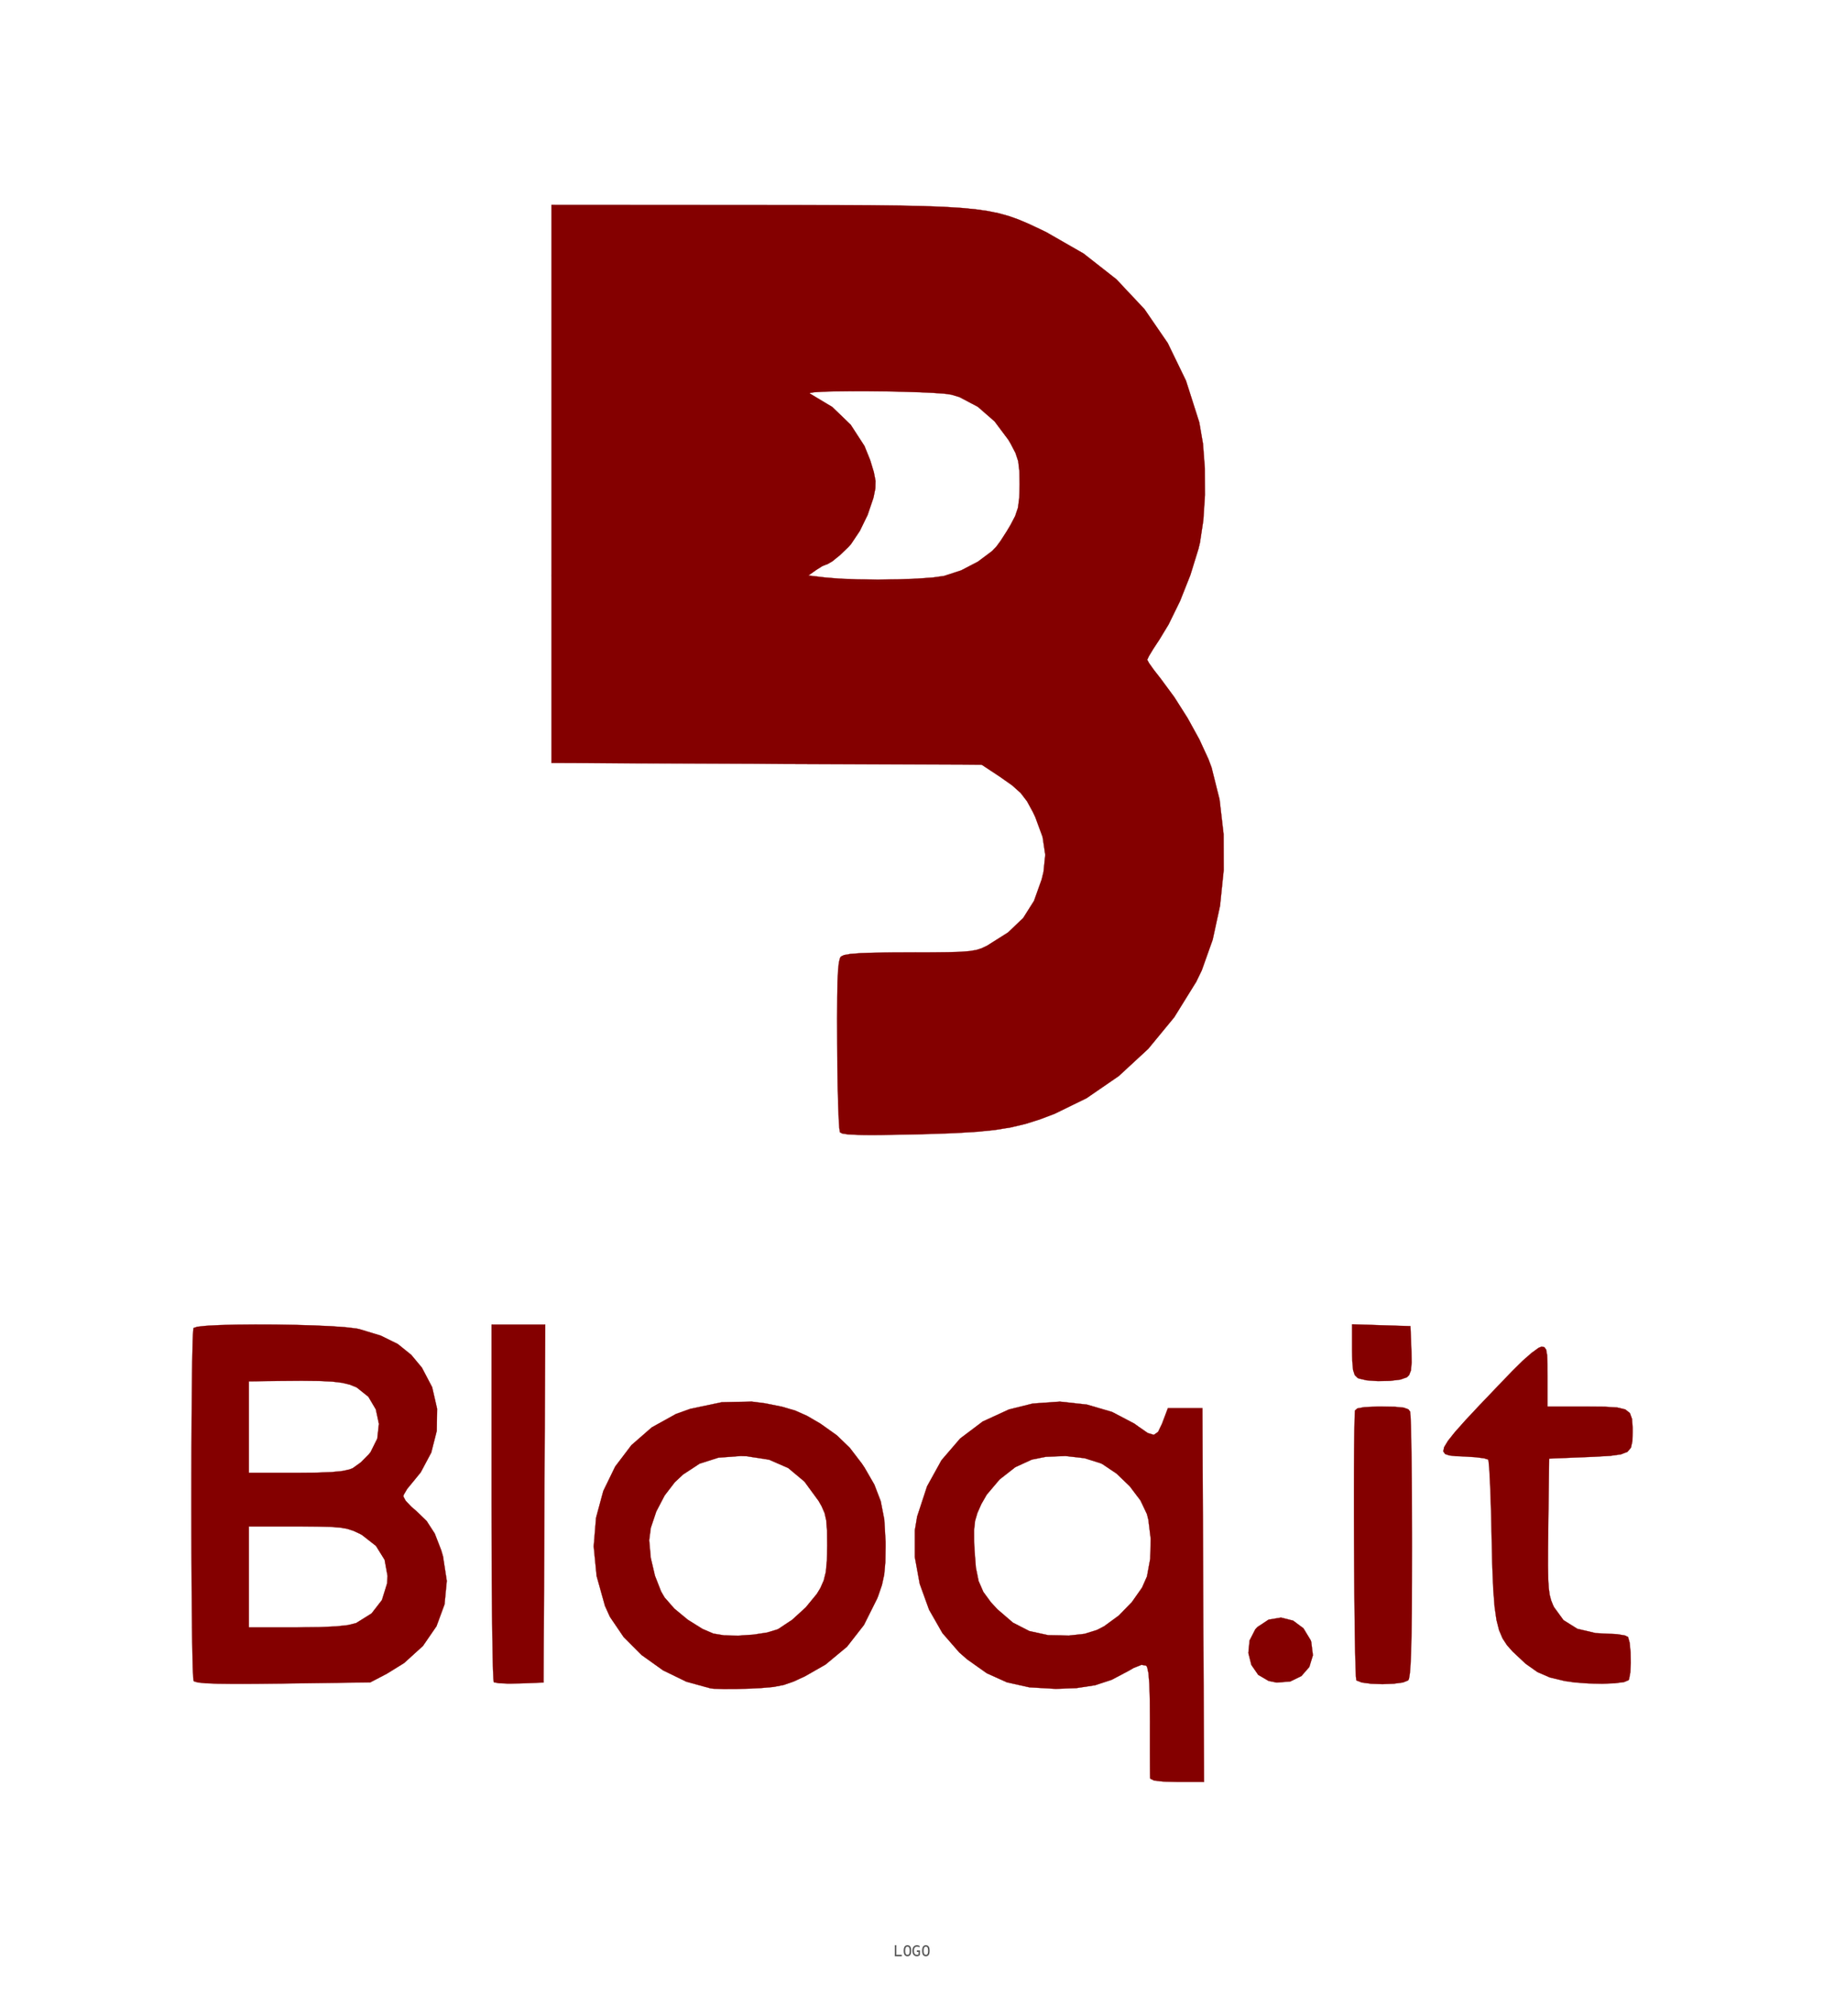
<source format=kicad_sym>
(kicad_symbol_lib
  (version 20220914)
  (generator "bitmap2component")
  (generator_version "8.0")
  (symbol "LOGO"
    (pin_names
      (offset 1.016))
    (property "Reference" "#G"
      (at 0 71.02 0)
      (effects (font (size 1.27 1.27)) hide))
    (symbol "LOGO_0_0"
      (polyline (pts (xy 26.939 -49.931) (xy 26.871 -34.09) (xy 25.408 -34.09) (xy 23.945 -34.09) (xy 23.49 -35.293) (xy 23.443 -35.416) (xy 23.114 -36.1) (xy 22.751 -36.354) (xy 22.237 -36.199) (xy 21.452 -35.656) (xy 21.083 -35.391) (xy 19.21 -34.411) (xy 17.067 -33.784) (xy 14.783 -33.536) (xy 12.489 -33.697) (xy 10.463 -34.2) (xy 8.239 -35.221) (xy 6.323 -36.664) (xy 4.741 -38.503) (xy 3.517 -40.716) (xy 2.676 -43.277) (xy 2.488 -44.405) (xy 7.506 -44.405) (xy 7.588 -43.654) (xy 7.782 -42.986) (xy 8.118 -42.224) (xy 8.58 -41.421) (xy 9.673 -40.131) (xy 10.999 -39.095) (xy 12.402 -38.45) (xy 13.584 -38.215) (xy 15.254 -38.146) (xy 16.883 -38.334) (xy 18.251 -38.764) (xy 18.399 -38.838) (xy 19.588 -39.636) (xy 20.708 -40.712) (xy 21.616 -41.91) (xy 22.168 -43.072) (xy 22.289 -43.55) (xy 22.485 -45.155) (xy 22.446 -46.853) (xy 22.171 -48.356) (xy 21.751 -49.305) (xy 20.889 -50.531) (xy 19.773 -51.674) (xy 18.536 -52.579) (xy 17.925 -52.895) (xy 16.875 -53.222) (xy 15.554 -53.365) (xy 13.789 -53.334) (xy 12.19 -52.987) (xy 10.796 -52.27) (xy 9.477 -51.134) (xy 8.928 -50.539) (xy 8.289 -49.665) (xy 7.886 -48.741) (xy 7.657 -47.607) (xy 7.54 -46.101) (xy 7.512 -45.418) (xy 7.506 -44.405) (xy 2.488 -44.405) (xy 2.478 -44.467) (xy 2.478 -46.703) (xy 2.894 -48.981) (xy 3.687 -51.174) (xy 4.819 -53.156) (xy 6.249 -54.8) (xy 6.928 -55.392) (xy 8.583 -56.563) (xy 10.292 -57.333) (xy 12.197 -57.756) (xy 14.438 -57.885) (xy 16.177 -57.822) (xy 17.777 -57.578) (xy 19.188 -57.111) (xy 20.58 -56.377) (xy 21.034 -56.116) (xy 21.708 -55.848) (xy 22.103 -55.918) (xy 22.185 -56.047) (xy 22.296 -56.555) (xy 22.371 -57.46) (xy 22.411 -58.809) (xy 22.421 -60.647) (xy 22.42 -61.722) (xy 22.42 -63.115) (xy 22.423 -64.263) (xy 22.428 -65.07) (xy 22.436 -65.438) (xy 22.458 -65.503) (xy 22.778 -65.658) (xy 23.518 -65.745) (xy 24.734 -65.773) (xy 27.009 -65.773) (xy 26.939 -49.931)) (stroke (width 0.01) (type default)) (fill (type outline)))
      (polyline (pts (xy -12.615 -57.896) (xy -11.382 -57.859) (xy -10.608 -57.82) (xy -9.5 -57.722) (xy -8.63 -57.552) (xy -7.806 -57.266) (xy -6.837 -56.82) (xy -5.095 -55.825) (xy -3.275 -54.316) (xy -1.834 -52.469) (xy -0.71 -50.22) (xy -0.633 -50.024) (xy -0.309 -49.083) (xy -0.117 -48.193) (xy -0.024 -47.16) (xy 0 -45.789) (xy -0.002 -45.413) (xy -0.11 -43.538) (xy -0.412 -41.98) (xy -0.955 -40.568) (xy -1.783 -39.134) (xy -2.016 -38.786) (xy -3.038 -37.451) (xy -4.13 -36.397) (xy -5.481 -35.435) (xy -5.563 -35.383) (xy -6.658 -34.744) (xy -7.662 -34.298) (xy -8.783 -33.968) (xy -10.229 -33.678) (xy -11.35 -33.535) (xy -13.899 -33.588) (xy -16.577 -34.151) (xy -17.789 -34.587) (xy -19.835 -35.722) (xy -21.559 -37.225) (xy -22.937 -39.041) (xy -23.945 -41.112) (xy -24.56 -43.385) (xy -24.715 -45.284) (xy -20.053 -45.284) (xy -19.916 -44.239) (xy -19.451 -42.849) (xy -18.741 -41.491) (xy -17.877 -40.367) (xy -17.18 -39.714) (xy -15.774 -38.794) (xy -14.19 -38.289) (xy -12.299 -38.147) (xy -11.822 -38.161) (xy -9.886 -38.458) (xy -8.261 -39.164) (xy -6.883 -40.316) (xy -5.684 -41.953) (xy -5.434 -42.39) (xy -5.176 -42.977) (xy -5.031 -43.622) (xy -4.968 -44.483) (xy -4.955 -45.72) (xy -4.981 -47.031) (xy -5.07 -47.976) (xy -5.247 -48.696) (xy -5.536 -49.348) (xy -5.835 -49.839) (xy -6.771 -50.977) (xy -7.925 -52.031) (xy -9.106 -52.813) (xy -9.167 -52.843) (xy -10.034 -53.107) (xy -11.212 -53.289) (xy -12.501 -53.374) (xy -13.699 -53.349) (xy -14.608 -53.2) (xy -15.527 -52.807) (xy -16.768 -52.033) (xy -17.912 -51.091) (xy -18.75 -50.135) (xy -19.044 -49.625) (xy -19.564 -48.297) (xy -19.92 -46.775) (xy -20.053 -45.284) (xy -24.715 -45.284) (xy -24.758 -45.803) (xy -24.513 -48.311) (xy -23.803 -50.854) (xy -23.382 -51.782) (xy -22.224 -53.486) (xy -20.689 -55.023) (xy -18.878 -56.316) (xy -16.894 -57.282) (xy -14.839 -57.845) (xy -14.564 -57.873) (xy -13.73 -57.901) (xy -12.615 -57.896)) (stroke (width 0.01) (type default)) (fill (type outline)))
      (polyline (pts (xy -53.427 -57.461) (xy -51.103 -57.436) (xy -43.715 -57.338) (xy -42.299 -56.599) (xy -40.84 -55.697) (xy -39.243 -54.248) (xy -38.093 -52.575) (xy -37.411 -50.723) (xy -37.22 -48.735) (xy -37.54 -46.656) (xy -37.698 -46.117) (xy -38.242 -44.719) (xy -38.93 -43.654) (xy -39.852 -42.768) (xy -40.214 -42.459) (xy -40.712 -41.934) (xy -40.907 -41.57) (xy -40.875 -41.437) (xy -40.58 -40.934) (xy -40.076 -40.322) (xy -39.43 -39.531) (xy -38.536 -37.853) (xy -38.071 -36.02) (xy -38.042 -34.14) (xy -38.459 -32.317) (xy -39.329 -30.659) (xy -40.238 -29.568) (xy -41.39 -28.644) (xy -42.819 -27.942) (xy -44.651 -27.385) (xy -44.904 -27.335) (xy -45.782 -27.231) (xy -46.996 -27.145) (xy -48.46 -27.079) (xy -50.086 -27.032) (xy -51.787 -27.004) (xy -53.477 -26.998) (xy -55.067 -27.012) (xy -56.472 -27.048) (xy -57.604 -27.107) (xy -58.376 -27.188) (xy -58.7 -27.293) (xy -58.738 -27.589) (xy -58.772 -28.366) (xy -58.802 -29.561) (xy -58.827 -31.115) (xy -58.847 -32.969) (xy -58.863 -35.063) (xy -58.874 -37.337) (xy -58.88 -39.571) (xy -54.008 -39.571) (xy -54.008 -35.694) (xy -54.008 -31.817) (xy -51.268 -31.782) (xy -49.533 -31.769) (xy -48.05 -31.785) (xy -46.935 -31.839) (xy -46.101 -31.939) (xy -45.46 -32.092) (xy -44.925 -32.305) (xy -44.848 -32.344) (xy -43.873 -33.121) (xy -43.239 -34.192) (xy -42.977 -35.421) (xy -43.116 -36.675) (xy -43.686 -37.819) (xy -43.841 -38.01) (xy -44.523 -38.694) (xy -45.186 -39.17) (xy -45.454 -39.28) (xy -46.068 -39.417) (xy -46.975 -39.507) (xy -48.253 -39.556) (xy -49.985 -39.571) (xy -54.008 -39.571) (xy -58.88 -39.571) (xy -58.881 -39.732) (xy -58.883 -42.187) (xy -58.88 -44.645) (xy -58.872 -47.044) (xy -58.86 -49.325) (xy -58.844 -51.43) (xy -58.83 -52.672) (xy -54.008 -52.672) (xy -54.008 -48.394) (xy -54.008 -44.116) (xy -49.921 -44.116) (xy -49.904 -44.116) (xy -48.307 -44.123) (xy -47.139 -44.151) (xy -46.293 -44.212) (xy -45.665 -44.319) (xy -45.15 -44.484) (xy -44.642 -44.717) (xy -44.411 -44.841) (xy -43.227 -45.768) (xy -42.495 -46.941) (xy -42.244 -48.317) (xy -42.285 -48.953) (xy -42.72 -50.358) (xy -43.599 -51.491) (xy -44.884 -52.294) (xy -44.941 -52.317) (xy -45.596 -52.479) (xy -46.6 -52.589) (xy -48.013 -52.652) (xy -49.897 -52.672) (xy -54.008 -52.672) (xy -58.83 -52.672) (xy -58.823 -53.297) (xy -58.797 -54.868) (xy -58.767 -56.084) (xy -58.732 -56.883) (xy -58.693 -57.208) (xy -58.625 -57.263) (xy -58.289 -57.35) (xy -57.647 -57.412) (xy -56.653 -57.45) (xy -55.262 -57.466) (xy -53.427 -57.461)) (stroke (width 0.01) (type default)) (fill (type outline)))
      (polyline (pts (xy -31.027 -57.428) (xy -29.009 -57.35) (xy -28.94 -42.177) (xy -28.871 -27.004) (xy -31.146 -27.004) (xy -33.421 -27.004) (xy -33.421 -42.066) (xy -33.419 -44.057) (xy -33.412 -46.737) (xy -33.398 -49.222) (xy -33.38 -51.464) (xy -33.357 -53.413) (xy -33.33 -55.021) (xy -33.3 -56.24) (xy -33.267 -57.021) (xy -33.233 -57.316) (xy -33.21 -57.332) (xy -32.797 -57.407) (xy -32.02 -57.441) (xy -31.027 -57.428)) (stroke (width 0.01) (type default)) (fill (type outline)))
      (polyline (pts (xy 34.32 -57.262) (xy 35.271 -56.797) (xy 35.94 -56.03) (xy 36.244 -55.037) (xy 36.101 -53.895) (xy 36.055 -53.764) (xy 35.44 -52.75) (xy 34.561 -52.1) (xy 33.537 -51.845) (xy 32.487 -52.018) (xy 31.529 -52.651) (xy 31.357 -52.842) (xy 30.871 -53.789) (xy 30.77 -54.842) (xy 31.025 -55.858) (xy 31.605 -56.696) (xy 32.481 -57.211) (xy 33.17 -57.351) (xy 34.32 -57.262)) (stroke (width 0.01) (type default)) (fill (type outline)))
      (polyline (pts (xy 43.103 -57.45) (xy 43.887 -57.343) (xy 44.33 -57.163) (xy 44.394 -57.022) (xy 44.468 -56.574) (xy 44.528 -55.8) (xy 44.575 -54.665) (xy 44.609 -53.134) (xy 44.633 -51.174) (xy 44.646 -48.748) (xy 44.651 -45.822) (xy 44.65 -44.785) (xy 44.643 -42.456) (xy 44.629 -40.311) (xy 44.609 -38.407) (xy 44.585 -36.803) (xy 44.556 -35.558) (xy 44.523 -34.73) (xy 44.488 -34.379) (xy 44.34 -34.189) (xy 43.95 -34.047) (xy 43.232 -33.976) (xy 42.082 -33.956) (xy 41.689 -33.958) (xy 40.621 -34.002) (xy 40.014 -34.11) (xy 39.812 -34.29) (xy 39.811 -34.306) (xy 39.782 -34.993) (xy 39.759 -36.093) (xy 39.742 -37.539) (xy 39.732 -39.261) (xy 39.728 -41.193) (xy 39.729 -43.266) (xy 39.735 -45.414) (xy 39.746 -47.569) (xy 39.761 -49.662) (xy 39.781 -51.627) (xy 39.804 -53.395) (xy 39.831 -54.899) (xy 39.861 -56.071) (xy 39.894 -56.844) (xy 39.928 -57.15) (xy 39.953 -57.178) (xy 40.403 -57.35) (xy 41.191 -57.454) (xy 42.148 -57.487) (xy 43.103 -57.45)) (stroke (width 0.01) (type default)) (fill (type outline)))
      (polyline (pts (xy 61.849 -57.412) (xy 62.631 -57.31) (xy 63.017 -57.15) (xy 63.059 -57.069) (xy 63.163 -56.514) (xy 63.205 -55.681) (xy 63.186 -54.768) (xy 63.109 -53.972) (xy 62.975 -53.49) (xy 62.717 -53.361) (xy 62.054 -53.249) (xy 61.162 -53.206) (xy 60.227 -53.16) (xy 58.674 -52.795) (xy 57.5 -52.062) (xy 56.693 -50.956) (xy 56.615 -50.792) (xy 56.45 -50.38) (xy 56.329 -49.922) (xy 56.249 -49.336) (xy 56.202 -48.541) (xy 56.184 -47.456) (xy 56.188 -45.998) (xy 56.209 -44.087) (xy 56.281 -38.367) (xy 59.567 -38.234) (xy 60.151 -38.209) (xy 61.471 -38.132) (xy 62.368 -38.009) (xy 62.924 -37.793) (xy 63.22 -37.441) (xy 63.339 -36.906) (xy 63.362 -36.144) (xy 63.361 -35.744) (xy 63.312 -35.008) (xy 63.131 -34.508) (xy 62.738 -34.198) (xy 62.052 -34.033) (xy 60.993 -33.968) (xy 59.48 -33.956) (xy 56.147 -33.956) (xy 56.147 -31.416) (xy 56.141 -30.395) (xy 56.108 -29.582) (xy 56.026 -29.124) (xy 55.878 -28.922) (xy 55.642 -28.876) (xy 55.388 -28.977) (xy 54.8 -29.402) (xy 54.02 -30.086) (xy 53.147 -30.948) (xy 51.927 -32.218) (xy 50.387 -33.829) (xy 49.183 -35.115) (xy 48.293 -36.114) (xy 47.697 -36.863) (xy 47.373 -37.399) (xy 47.302 -37.759) (xy 47.463 -37.981) (xy 47.834 -38.102) (xy 48.396 -38.16) (xy 49.127 -38.19) (xy 50.051 -38.249) (xy 50.769 -38.341) (xy 51.109 -38.446) (xy 51.145 -38.6) (xy 51.202 -39.227) (xy 51.26 -40.262) (xy 51.315 -41.628) (xy 51.365 -43.25) (xy 51.404 -45.052) (xy 51.41 -45.354) (xy 51.465 -47.643) (xy 51.543 -49.474) (xy 51.655 -50.917) (xy 51.815 -52.041) (xy 52.036 -52.914) (xy 52.329 -53.606) (xy 52.709 -54.186) (xy 53.187 -54.723) (xy 54.292 -55.759) (xy 55.289 -56.462) (xy 56.339 -56.917) (xy 57.618 -57.223) (xy 58.463 -57.342) (xy 59.63 -57.429) (xy 60.803 -57.452) (xy 61.849 -57.412)) (stroke (width 0.01) (type default)) (fill (type outline)))
      (polyline (pts (xy 42.781 -31.776) (xy 43.662 -31.668) (xy 44.211 -31.477) (xy 44.405 -31.285) (xy 44.56 -30.888) (xy 44.617 -30.215) (xy 44.597 -29.137) (xy 44.517 -27.138) (xy 42.044 -27.061) (xy 39.571 -26.984) (xy 39.571 -29.12) (xy 39.585 -30.1) (xy 39.653 -30.855) (xy 39.796 -31.292) (xy 40.038 -31.528) (xy 40.133 -31.574) (xy 40.819 -31.732) (xy 41.768 -31.798) (xy 42.781 -31.776)) (stroke (width 0.01) (type default)) (fill (type outline)))
      (polyline (pts (xy 0.508 -10.922) (xy 2.643 -10.879) (xy 3.582 -10.855) (xy 5.854 -10.776) (xy 7.721 -10.665) (xy 9.279 -10.508) (xy 10.625 -10.29) (xy 11.853 -9.999) (xy 13.061 -9.619) (xy 14.342 -9.135) (xy 17.047 -7.812) (xy 19.782 -5.933) (xy 22.277 -3.63) (xy 24.483 -0.952) (xy 26.348 2.054) (xy 26.819 3.025) (xy 27.745 5.627) (xy 28.368 8.501) (xy 28.678 11.522) (xy 28.668 14.566) (xy 28.328 17.506) (xy 27.649 20.219) (xy 27.386 20.926) (xy 26.613 22.603) (xy 25.615 24.414) (xy 24.49 26.186) (xy 23.337 27.75) (xy 23.334 27.753) (xy 22.759 28.49) (xy 22.348 29.065) (xy 22.192 29.354) (xy 22.192 29.358) (xy 22.341 29.671) (xy 22.715 30.288) (xy 23.236 31.08) (xy 24.007 32.352) (xy 24.98 34.34) (xy 25.852 36.539) (xy 26.542 38.768) (xy 26.662 39.273) (xy 26.949 41.166) (xy 27.089 43.322) (xy 27.08 45.552) (xy 26.921 47.662) (xy 26.61 49.463) (xy 26.601 49.501) (xy 25.481 53.008) (xy 23.93 56.204) (xy 21.958 59.075) (xy 19.576 61.608) (xy 16.794 63.788) (xy 13.624 65.605) (xy 12.817 65.993) (xy 11.997 66.372) (xy 11.218 66.697) (xy 10.437 66.972) (xy 9.608 67.202) (xy 8.687 67.391) (xy 7.631 67.542) (xy 6.394 67.659) (xy 4.934 67.749) (xy 3.204 67.813) (xy 1.161 67.856) (xy -1.24 67.883) (xy -4.042 67.898) (xy -7.29 67.904) (xy -11.029 67.906) (xy -28.341 67.912) (xy -28.341 44.258) (xy -28.341 36.496) (xy -6.551 36.496) (xy -5.889 36.964) (xy -5.368 37.291) (xy -5.024 37.432) (xy -4.96 37.443) (xy -4.516 37.701) (xy -3.872 38.222) (xy -3.162 38.9) (xy -2.928 39.165) (xy -2.186 40.274) (xy -1.523 41.633) (xy -1.048 43.031) (xy -1.013 43.166) (xy -0.866 43.896) (xy -0.855 44.525) (xy -0.997 45.254) (xy -1.309 46.284) (xy -1.792 47.475) (xy -2.962 49.279) (xy -4.526 50.785) (xy -6.417 51.917) (xy -6.433 51.965) (xy -6.081 52.029) (xy -5.329 52.075) (xy -4.262 52.105) (xy -2.962 52.12) (xy -1.515 52.119) (xy -0.003 52.103) (xy 1.488 52.073) (xy 2.876 52.03) (xy 4.077 51.974) (xy 5.005 51.907) (xy 5.579 51.827) (xy 6.26 51.623) (xy 7.824 50.798) (xy 9.245 49.56) (xy 10.416 47.995) (xy 10.613 47.659) (xy 11.02 46.878) (xy 11.246 46.19) (xy 11.342 45.385) (xy 11.362 44.254) (xy 11.362 44.224) (xy 11.335 43.068) (xy 11.227 42.242) (xy 10.993 41.543) (xy 10.59 40.774) (xy 10.259 40.22) (xy 9.762 39.447) (xy 9.388 38.938) (xy 9.023 38.563) (xy 7.836 37.674) (xy 6.414 36.934) (xy 4.971 36.463) (xy 4.032 36.33) (xy 2.687 36.231) (xy 1.082 36.17) (xy -0.648 36.149) (xy -2.365 36.168) (xy -3.933 36.231) (xy -5.214 36.337) (xy -6.551 36.496) (xy -28.341 36.496) (xy -28.341 20.605) (xy -10.093 20.529) (xy 8.155 20.454) (xy 9.625 19.483) (xy 9.688 19.442) (xy 10.736 18.704) (xy 11.458 18.058) (xy 11.997 17.355) (xy 12.493 16.443) (xy 12.699 16.009) (xy 13.318 14.327) (xy 13.542 12.821) (xy 13.393 11.367) (xy 13.238 10.733) (xy 12.59 8.918) (xy 11.668 7.457) (xy 10.384 6.237) (xy 8.653 5.142) (xy 8.516 5.069) (xy 8.118 4.885) (xy 7.684 4.75) (xy 7.13 4.656) (xy 6.373 4.596) (xy 5.33 4.563) (xy 3.918 4.548) (xy 2.055 4.545) (xy 0.765 4.542) (xy -0.913 4.522) (xy -2.151 4.48) (xy -3.004 4.414) (xy -3.532 4.319) (xy -3.791 4.192) (xy -3.868 4.065) (xy -3.962 3.691) (xy -4.03 3.049) (xy -4.077 2.084) (xy -4.104 0.745) (xy -4.113 -1.023) (xy -4.107 -3.272) (xy -4.091 -5.109) (xy -4.062 -6.856) (xy -4.023 -8.362) (xy -3.977 -9.555) (xy -3.925 -10.361) (xy -3.87 -10.705) (xy -3.672 -10.809) (xy -3.183 -10.883) (xy -2.356 -10.925) (xy -1.142 -10.938) (xy 0.508 -10.922)) (stroke (width 0.01) (type default)) (fill (type outline))))))
</source>
